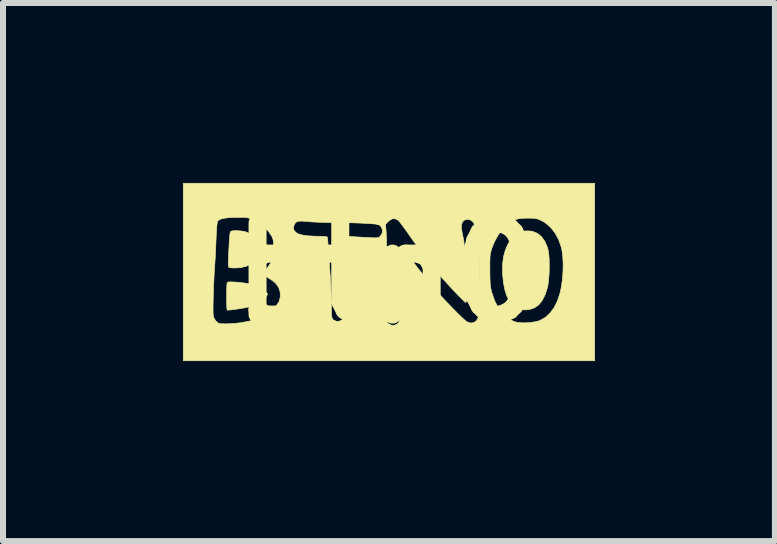
<source format=kicad_pcb>
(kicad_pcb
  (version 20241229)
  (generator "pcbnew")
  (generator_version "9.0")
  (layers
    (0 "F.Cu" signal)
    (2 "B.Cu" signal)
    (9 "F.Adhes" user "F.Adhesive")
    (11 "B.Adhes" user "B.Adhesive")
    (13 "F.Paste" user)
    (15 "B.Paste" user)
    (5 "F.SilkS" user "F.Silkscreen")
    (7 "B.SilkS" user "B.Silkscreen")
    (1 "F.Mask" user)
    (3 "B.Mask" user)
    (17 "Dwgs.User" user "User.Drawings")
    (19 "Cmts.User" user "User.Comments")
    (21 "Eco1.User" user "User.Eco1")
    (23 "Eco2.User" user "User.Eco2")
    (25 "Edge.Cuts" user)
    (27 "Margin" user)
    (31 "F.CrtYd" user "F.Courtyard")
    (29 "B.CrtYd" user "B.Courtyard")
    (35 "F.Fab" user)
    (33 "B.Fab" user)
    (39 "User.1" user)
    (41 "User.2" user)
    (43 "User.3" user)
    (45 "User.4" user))
  (footprint "btn0"
    (layer "F.Cu")
    (at 3.421 1.505)
    (property "Reference" "btn0" (at 0 0 0) (layer "F.SilkS") (effects (font (size 1.524 1.524) (thickness 0.3))))
    (attr through_hole)
    (fp_poly (pts (xy -2.492 -0.708) (xy -2.434 -0.702) (xy -2.382 -0.692) (xy -2.374 -0.69) (xy -2.299 -0.657) (xy -2.228 -0.609) (xy -2.171 -0.552) (xy -2.16 -0.537) (xy -2.137 -0.48) (xy -2.129 -0.412) (xy -2.139 -0.34) (xy -2.158 -0.286) (xy -2.206 -0.215) (xy -2.275 -0.159) (xy -2.361 -0.117) (xy -2.459 -0.093) (xy -2.567 -0.087) (xy -2.609 -0.09) (xy -2.628 -0.091) (xy -2.642 -0.092) (xy -2.652 -0.097) (xy -2.66 -0.109) (xy -2.664 -0.13) (xy -2.665 -0.164) (xy -2.664 -0.213) (xy -2.661 -0.281) (xy -2.657 -0.371) (xy -2.653 -0.441) (xy -2.648 -0.537) (xy -2.642 -0.608) (xy -2.637 -0.657) (xy -2.63 -0.687) (xy -2.623 -0.698) (xy -2.595 -0.706) (xy -2.548 -0.71) (xy -2.492 -0.708)) (stroke (width 0.01) (type solid)) (fill yes) (layer "F.SilkS"))
    (fp_poly (pts (xy -2.56 0.147) (xy -2.534 0.149) (xy -2.464 0.155) (xy -2.394 0.164) (xy -2.335 0.174) (xy -2.31 0.18) (xy -2.242 0.203) (xy -2.175 0.232) (xy -2.114 0.263) (xy -2.062 0.295) (xy -2.026 0.323) (xy -2.01 0.347) (xy -2.009 0.351) (xy -2.018 0.366) (xy -2.039 0.394) (xy -2.056 0.413) (xy -2.117 0.466) (xy -2.196 0.513) (xy -2.287 0.551) (xy -2.344 0.567) (xy -2.389 0.577) (xy -2.448 0.587) (xy -2.515 0.597) (xy -2.581 0.606) (xy -2.639 0.613) (xy -2.679 0.616) (xy -2.683 0.616) (xy -2.686 0.604) (xy -2.689 0.569) (xy -2.691 0.516) (xy -2.692 0.45) (xy -2.693 0.405) (xy -2.692 0.331) (xy -2.691 0.264) (xy -2.689 0.211) (xy -2.687 0.177) (xy -2.685 0.167) (xy -2.68 0.156) (xy -2.67 0.148) (xy -2.65 0.145) (xy -2.615 0.145) (xy -2.56 0.147)) (stroke (width 0.01) (type solid)) (fill yes) (layer "F.SilkS"))
    (fp_poly (pts (xy 2.373 -0.704) (xy 2.41 -0.697) (xy 2.489 -0.665) (xy 2.557 -0.609) (xy 2.613 -0.531) (xy 2.655 -0.432) (xy 2.667 -0.389) (xy 2.677 -0.33) (xy 2.684 -0.251) (xy 2.686 -0.16) (xy 2.686 -0.062) (xy 2.682 0.035) (xy 2.674 0.125) (xy 2.664 0.201) (xy 2.655 0.243) (xy 2.616 0.362) (xy 2.568 0.456) (xy 2.511 0.527) (xy 2.443 0.575) (xy 2.364 0.603) (xy 2.313 0.61) (xy 2.261 0.61) (xy 2.211 0.605) (xy 2.194 0.601) (xy 2.156 0.584) (xy 2.111 0.555) (xy 2.084 0.534) (xy 2.028 0.47) (xy 1.982 0.388) (xy 1.948 0.286) (xy 1.923 0.162) (xy 1.908 0.014) (xy 1.907 -0.002) (xy 1.907 -0.142) (xy 1.923 -0.271) (xy 1.954 -0.386) (xy 1.998 -0.487) (xy 2.054 -0.571) (xy 2.121 -0.636) (xy 2.197 -0.681) (xy 2.282 -0.705) (xy 2.373 -0.704)) (stroke (width 0.01) (type solid)) (fill yes) (layer "F.SilkS"))
    (fp_poly (pts (xy 3.443 1.46) (xy -3.416 1.46) (xy -3.416 0.575) (xy -2.919 0.575) (xy -2.919 0.643) (xy -2.917 0.691) (xy -2.915 0.713) (xy -2.898 0.758) (xy -2.869 0.8) (xy -2.865 0.803) (xy -2.845 0.822) (xy -2.825 0.834) (xy -2.8 0.841) (xy -2.763 0.843) (xy -2.705 0.844) (xy -2.702 0.844) (xy -2.63 0.842) (xy -2.546 0.835) (xy -2.466 0.827) (xy -2.445 0.824) (xy -2.285 0.792) (xy -2.148 0.748) (xy -2.075 0.716) (xy -2.023 0.683) (xy -1.965 0.638) (xy -1.909 0.587) (xy -1.861 0.535) (xy -1.827 0.489) (xy -1.82 0.476) (xy -1.798 0.395) (xy -1.8 0.314) (xy -1.826 0.236) (xy -1.875 0.168) (xy -1.884 0.158) (xy -1.913 0.135) (xy -1.956 0.105) (xy -2.004 0.074) (xy -2.05 0.046) (xy -2.085 0.027) (xy -2.095 0.023) (xy -2.094 0.011) (xy -2.078 -0.014) (xy -2.049 -0.048) (xy -2.045 -0.052) (xy -2.005 -0.101) (xy -1.967 -0.158) (xy -1.945 -0.198) (xy -1.928 -0.237) (xy -1.918 -0.272) (xy -1.912 -0.312) (xy -1.91 -0.365) (xy -1.909 -0.415) (xy -1.91 -0.481) (xy -1.913 -0.528) (xy -1.919 -0.563) (xy -1.93 -0.594) (xy -1.944 -0.623) (xy -1.997 -0.699) (xy -2.064 -0.767) (xy -1.579 -0.767) (xy -1.573 -0.725) (xy -1.544 -0.685) (xy -1.544 -0.684) (xy -1.5 -0.657) (xy -1.431 -0.637) (xy -1.337 -0.623) (xy -1.217 -0.617) (xy -1.158 -0.616) (xy -1.088 -0.615) (xy -1.043 -0.612) (xy -1.018 -0.605) (xy -1.013 -0.599) (xy -1.01 -0.581) (xy -1.006 -0.541) (xy -1.002 -0.483) (xy -0.997 -0.413) (xy -0.992 -0.348) (xy -0.986 -0.253) (xy -0.979 -0.149) (xy -0.972 -0.047) (xy -0.966 0.043) (xy -0.964 0.074) (xy -0.959 0.154) (xy -0.955 0.251) (xy -0.951 0.355) (xy -0.948 0.457) (xy -0.947 0.507) (xy -0.946 0.594) (xy -0.944 0.658) (xy -0.942 0.704) (xy -0.938 0.734) (xy -0.933 0.754) (xy -0.925 0.767) (xy -0.915 0.777) (xy -0.912 0.779) (xy -0.867 0.8) (xy -0.818 0.801) (xy -0.774 0.781) (xy -0.766 0.772) (xy -0.741 0.737) (xy -0.723 0.695) (xy -0.719 0.665) (xy -0.717 0.611) (xy -0.718 0.534) (xy -0.72 0.437) (xy -0.725 0.323) (xy -0.731 0.194) (xy -0.74 0.052) (xy -0.75 -0.101) (xy -0.757 -0.208) (xy -0.763 -0.295) (xy -0.769 -0.378) (xy -0.773 -0.452) (xy -0.776 -0.51) (xy -0.777 -0.547) (xy -0.777 -0.548) (xy -0.777 -0.62) (xy -0.626 -0.612) (xy -0.503 -0.604) (xy -0.404 -0.598) (xy -0.326 -0.594) (xy -0.266 -0.591) (xy -0.222 -0.59) (xy -0.191 -0.591) (xy -0.169 -0.593) (xy -0.155 -0.597) (xy -0.146 -0.603) (xy -0.138 -0.611) (xy -0.129 -0.62) (xy -0.1 -0.666) (xy -0.094 -0.718) (xy -0.113 -0.768) (xy -0.124 -0.783) (xy -0.137 -0.796) (xy -0.152 -0.806) (xy -0.174 -0.813) (xy -0.192 -0.816) (xy -0.044 -0.816) (xy -0.032 -0.673) (xy -0.03 -0.63) (xy -0.028 -0.565) (xy -0.026 -0.479) (xy -0.024 -0.376) (xy -0.022 -0.259) (xy -0.021 -0.133) (xy -0.021 0.001) (xy -0.02 0.139) (xy -0.02 0.145) (xy -0.02 0.82) (xy 0.012 0.845) (xy 0.056 0.867) (xy 0.105 0.868) (xy 0.148 0.849) (xy 0.158 0.841) (xy 0.17 0.825) (xy 0.181 0.806) (xy 0.19 0.781) (xy 0.197 0.747) (xy 0.203 0.704) (xy 0.207 0.647) (xy 0.21 0.575) (xy 0.212 0.485) (xy 0.213 0.375) (xy 0.214 0.243) (xy 0.214 0.116) (xy 0.214 -0.457) (xy 0.317 -0.319) (xy 0.412 -0.194) (xy 0.515 -0.061) (xy 0.621 0.072) (xy 0.723 0.196) (xy 0.788 0.275) (xy 0.839 0.333) (xy 0.898 0.398) (xy 0.963 0.468) (xy 1.031 0.538) (xy 1.098 0.607) (xy 1.161 0.671) (xy 1.218 0.726) (xy 1.265 0.77) (xy 1.3 0.8) (xy 1.316 0.812) (xy 1.374 0.83) (xy 1.427 0.824) (xy 1.47 0.794) (xy 1.499 0.743) (xy 1.503 0.73) (xy 1.507 0.701) (xy 1.511 0.648) (xy 1.515 0.576) (xy 1.518 0.488) (xy 1.52 0.387) (xy 1.522 0.277) (xy 1.524 0.161) (xy 1.525 0.044) (xy 1.525 -0.072) (xy 1.524 -0.162) (xy 1.696 -0.162) (xy 1.696 -0.076) (xy 1.696 -0.054) (xy 1.697 0.042) (xy 1.699 0.116) (xy 1.702 0.174) (xy 1.706 0.222) (xy 1.714 0.263) (xy 1.723 0.305) (xy 1.726 0.315) (xy 1.775 0.458) (xy 1.836 0.579) (xy 1.909 0.677) (xy 1.994 0.751) (xy 2.09 0.801) (xy 2.14 0.817) (xy 2.203 0.826) (xy 2.281 0.827) (xy 2.365 0.822) (xy 2.446 0.811) (xy 2.513 0.795) (xy 2.525 0.79) (xy 2.615 0.741) (xy 2.696 0.669) (xy 2.766 0.575) (xy 2.823 0.461) (xy 2.866 0.33) (xy 2.867 0.329) (xy 2.89 0.214) (xy 2.907 0.088) (xy 2.916 -0.042) (xy 2.917 -0.171) (xy 2.91 -0.291) (xy 2.896 -0.395) (xy 2.886 -0.435) (xy 2.841 -0.564) (xy 2.779 -0.676) (xy 2.702 -0.771) (xy 2.613 -0.845) (xy 2.561 -0.874) (xy 2.52 -0.893) (xy 2.486 -0.906) (xy 2.452 -0.913) (xy 2.409 -0.917) (xy 2.349 -0.918) (xy 2.325 -0.918) (xy 2.257 -0.917) (xy 2.208 -0.914) (xy 2.17 -0.908) (xy 2.135 -0.897) (xy 2.096 -0.88) (xy 2.095 -0.88) (xy 2.003 -0.824) (xy 1.918 -0.745) (xy 1.841 -0.646) (xy 1.776 -0.532) (xy 1.731 -0.422) (xy 1.719 -0.384) (xy 1.71 -0.35) (xy 1.703 -0.316) (xy 1.699 -0.277) (xy 1.697 -0.227) (xy 1.696 -0.162) (xy 1.524 -0.162) (xy 1.524 -0.183) (xy 1.523 -0.285) (xy 1.521 -0.374) (xy 1.519 -0.448) (xy 1.515 -0.503) (xy 1.515 -0.513) (xy 1.497 -0.638) (xy 1.474 -0.737) (xy 1.444 -0.812) (xy 1.407 -0.863) (xy 1.363 -0.891) (xy 1.325 -0.898) (xy 1.274 -0.887) (xy 1.24 -0.857) (xy 1.223 -0.806) (xy 1.223 -0.735) (xy 1.24 -0.642) (xy 1.246 -0.619) (xy 1.26 -0.548) (xy 1.273 -0.453) (xy 1.284 -0.332) (xy 1.293 -0.186) (xy 1.3 -0.013) (xy 1.305 0.184) (xy 1.307 0.283) (xy 1.308 0.359) (xy 1.308 0.413) (xy 1.307 0.45) (xy 1.305 0.472) (xy 1.301 0.483) (xy 1.295 0.486) (xy 1.287 0.483) (xy 1.287 0.483) (xy 1.267 0.467) (xy 1.233 0.435) (xy 1.188 0.389) (xy 1.133 0.332) (xy 1.073 0.268) (xy 1.01 0.2) (xy 0.947 0.131) (xy 0.887 0.064) (xy 0.833 0.002) (xy 0.809 -0.027) (xy 0.67 -0.2) (xy 0.522 -0.396) (xy 0.369 -0.611) (xy 0.331 -0.666) (xy 0.285 -0.731) (xy 0.242 -0.79) (xy 0.206 -0.838) (xy 0.178 -0.871) (xy 0.165 -0.883) (xy 0.117 -0.908) (xy 0.069 -0.907) (xy 0.019 -0.878) (xy 0.003 -0.863) (xy -0.044 -0.816) (xy -0.192 -0.816) (xy -0.207 -0.819) (xy -0.257 -0.823) (xy -0.327 -0.828) (xy -0.355 -0.83) (xy -0.431 -0.834) (xy -0.526 -0.838) (xy -0.632 -0.841) (xy -0.742 -0.843) (xy -0.849 -0.844) (xy -0.87 -0.844) (xy -0.97 -0.845) (xy -1.07 -0.847) (xy -1.164 -0.85) (xy -1.246 -0.854) (xy -1.309 -0.858) (xy -1.326 -0.86) (xy -1.406 -0.867) (xy -1.465 -0.869) (xy -1.507 -0.863) (xy -1.535 -0.85) (xy -1.554 -0.828) (xy -1.56 -0.818) (xy -1.579 -0.767) (xy -2.064 -0.767) (xy -2.069 -0.773) (xy -2.156 -0.838) (xy -2.234 -0.881) (xy -2.277 -0.902) (xy -2.311 -0.915) (xy -2.343 -0.924) (xy -2.38 -0.929) (xy -2.428 -0.931) (xy -2.495 -0.931) (xy -2.512 -0.931) (xy -2.629 -0.928) (xy -2.72 -0.919) (xy -2.787 -0.904) (xy -2.829 -0.882) (xy -2.843 -0.866) (xy -2.849 -0.843) (xy -2.855 -0.795) (xy -2.86 -0.728) (xy -2.865 -0.644) (xy -2.869 -0.563) (xy -2.873 -0.463) (xy -2.878 -0.358) (xy -2.883 -0.255) (xy -2.889 -0.163) (xy -2.893 -0.1) (xy -2.899 -0.011) (xy -2.904 0.087) (xy -2.909 0.191) (xy -2.913 0.295) (xy -2.916 0.397) (xy -2.918 0.491) (xy -2.919 0.575) (xy -3.416 0.575) (xy -3.416 -1.5) (xy 3.443 -1.5) (xy 3.443 1.46)) (stroke (width 0.01) (type solid)) (fill yes) (layer "F.SilkS")))
  (gr_rect
    (start -3 -3)
    (end 9.869 5.971)
    (stroke (width 0.1) (type default))
    (fill no)
    (layer "Edge.Cuts")))
</source>
